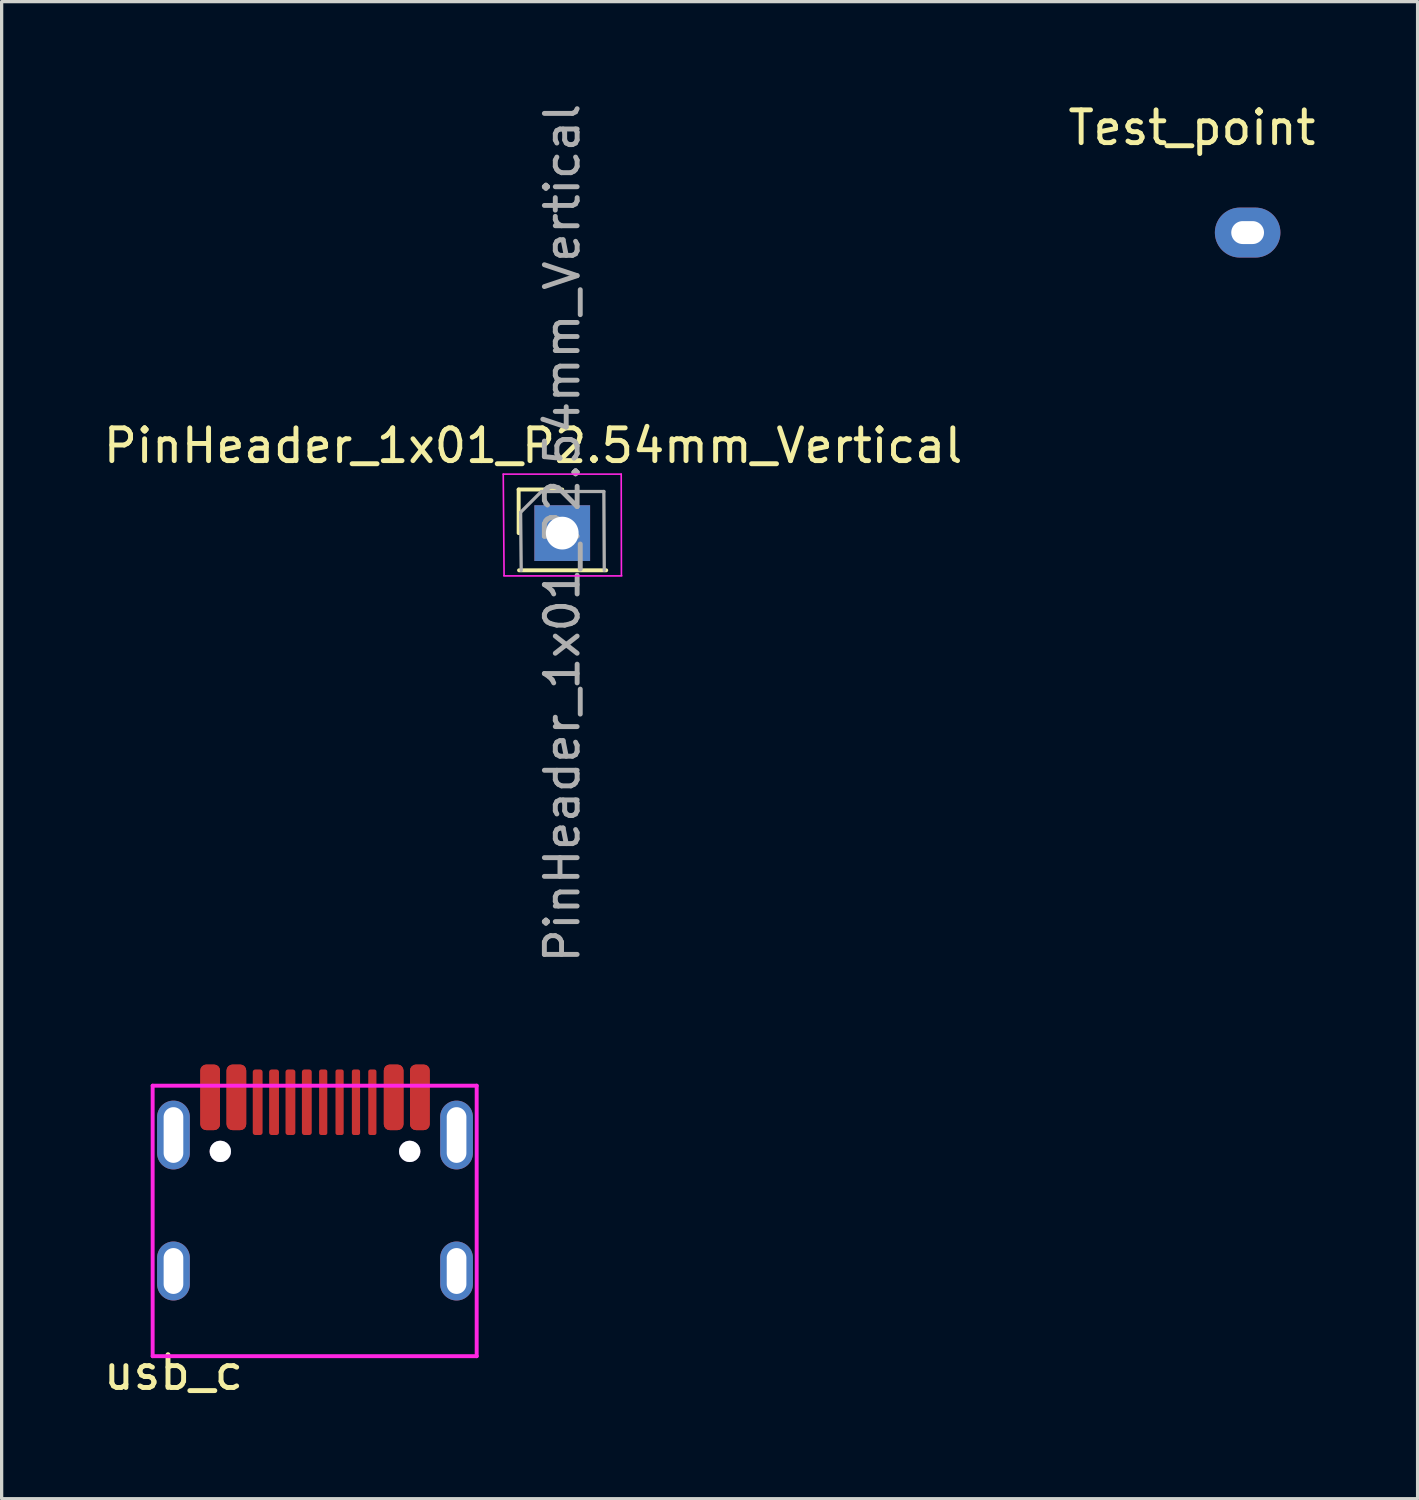
<source format=kicad_pcb>
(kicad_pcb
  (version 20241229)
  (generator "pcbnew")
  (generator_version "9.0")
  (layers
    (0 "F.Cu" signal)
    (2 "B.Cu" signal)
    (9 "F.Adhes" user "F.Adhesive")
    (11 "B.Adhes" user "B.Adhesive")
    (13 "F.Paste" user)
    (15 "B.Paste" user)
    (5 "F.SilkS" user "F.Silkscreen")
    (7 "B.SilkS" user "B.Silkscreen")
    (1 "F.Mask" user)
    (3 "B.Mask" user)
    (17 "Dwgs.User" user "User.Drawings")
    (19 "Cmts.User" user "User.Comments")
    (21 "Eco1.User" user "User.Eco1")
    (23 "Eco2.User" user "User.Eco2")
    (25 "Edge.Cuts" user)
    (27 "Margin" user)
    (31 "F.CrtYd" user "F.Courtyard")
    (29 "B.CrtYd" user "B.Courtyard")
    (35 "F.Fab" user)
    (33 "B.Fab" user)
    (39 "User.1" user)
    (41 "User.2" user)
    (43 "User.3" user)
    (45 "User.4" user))
  (footprint "Test_point"
    (layer "F.Cu")
    (at 35.027 4.048)
    (property "Reference" "Test_point" (at -1.7 -3.2 0) (layer "F.SilkS") (effects (font (size 1 1) (thickness 0.15))))
    (attr through_hole)
    (pad "1" thru_hole oval (at 0 0) (size 2 1.524) (drill oval 1 0.7) (layers "*.Cu" "*.Mask")))
  (footprint "usb_c"
    (layer "F.Cu")
    (at 2.244 38.34)
    (property "Reference" "usb_c" (at 0 0.5 0) (layer "F.SilkS") (effects (font (size 1 1) (thickness 0.15))))
    (attr through_hole)
    (fp_line (start -0.635 -8.255) (end 9.254 -8.255) (stroke (width 0.12) (type solid)) (layer "F.CrtYd"))
    (fp_line (start -0.635 0) (end -0.635 -8.255) (stroke (width 0.12) (type solid)) (layer "F.CrtYd"))
    (fp_line (start 9.254 -8.255) (end 9.254 0) (stroke (width 0.12) (type solid)) (layer "F.CrtYd"))
    (fp_line (start 9.254 0) (end -0.635 0) (stroke (width 0.12) (type solid)) (layer "F.CrtYd"))
    (pad "" thru_hole circle (at 1.43 -6.25) (size 0.65 0.65) (drill 0.65) (layers "*.Cu"))
    (pad "" thru_hole circle (at 7.21 -6.25) (size 0.65 0.65) (drill 0.65) (layers "*.Cu"))
    (pad "A1" smd roundrect (at 1.12 -6.9) (size 0.6 2) (drill oval (offset 0 -1)) (layers "F.Cu" "F.Mask" "F.Paste") (roundrect_rratio 0.3))
    (pad "A4" smd roundrect (at 1.92 -6.9) (size 0.6 2) (drill oval (offset 0 -1)) (layers "F.Cu" "F.Mask" "F.Paste") (roundrect_rratio 0.3))
    (pad "A5" smd roundrect (at 3.07 -6.75) (size 0.3 2) (drill oval (offset 0 -1)) (layers "F.Cu" "F.Mask" "F.Paste") (roundrect_rratio 0.25))
    (pad "A6" smd roundrect (at 4.07 -6.75) (size 0.3 2) (drill oval (offset 0 -1)) (layers "F.Cu" "F.Mask" "F.Paste") (roundrect_rratio 0.25))
    (pad "A7" smd roundrect (at 4.57 -6.75) (size 0.25 2) (drill oval (offset 0 -1)) (layers "F.Cu" "F.Mask" "F.Paste") (roundrect_rratio 0.25))
    (pad "A8" smd roundrect (at 2.57 -6.75) (size 0.3 2) (drill oval (offset 0 -1)) (layers "F.Cu" "F.Mask" "F.Paste") (roundrect_rratio 0.25))
    (pad "A9" smd roundrect (at 6.72 -6.9) (size 0.6 2) (drill oval (offset 0 -1)) (layers "F.Cu" "F.Mask" "F.Paste") (roundrect_rratio 0.3))
    (pad "A12" smd roundrect (at 7.52 -6.9) (size 0.6 2) (drill oval (offset 0 -1)) (layers "F.Cu" "F.Mask" "F.Paste") (roundrect_rratio 0.3))
    (pad "B1" smd roundrect (at 7.52 -6.9) (size 0.6 2) (drill oval (offset 0 -1)) (layers "F.Cu" "F.Mask" "F.Paste") (roundrect_rratio 0.3))
    (pad "B4" smd roundrect (at 6.72 -6.9) (size 0.6 2) (drill oval (offset 0 -1)) (layers "F.Cu" "F.Mask" "F.Paste") (roundrect_rratio 0.3))
    (pad "B5" smd roundrect (at 6.07 -6.75) (size 0.25 2) (drill oval (offset 0 -1)) (layers "F.Cu" "F.Mask" "F.Paste") (roundrect_rratio 0.25))
    (pad "B6" smd roundrect (at 5.07 -6.75) (size 0.25 2) (drill oval (offset 0 -1)) (layers "F.Cu" "F.Mask" "F.Paste") (roundrect_rratio 0.25))
    (pad "B7" smd roundrect (at 3.57 -6.75) (size 0.3 2) (drill oval (offset 0 -1)) (layers "F.Cu" "F.Mask" "F.Paste") (roundrect_rratio 0.25))
    (pad "B8" smd roundrect (at 5.57 -6.75) (size 0.25 2) (drill oval (offset 0 -1)) (layers "F.Cu" "F.Mask" "F.Paste") (roundrect_rratio 0.25))
    (pad "B9" smd roundrect (at 1.92 -6.9) (size 0.6 2) (drill oval (offset 0 -1)) (layers "F.Cu" "F.Mask" "F.Paste") (roundrect_rratio 0.3))
    (pad "B12" smd roundrect (at 1.12 -6.9) (size 0.6 2) (drill oval (offset 0 -1)) (layers "F.Cu" "F.Mask" "F.Paste") (roundrect_rratio 0.3))
    (pad "S1" thru_hole oval (at 0 -6.75) (size 1 2.1) (drill oval 0.6 1.7) (layers "*.Cu" "*.Mask"))
    (pad "S1" thru_hole oval (at 0 -2.6) (size 1 1.8) (drill oval 0.6 1.4) (layers "*.Cu" "*.Mask"))
    (pad "S1" thru_hole oval (at 8.64 -6.75) (size 1 2.1) (drill oval 0.6 1.7) (layers "*.Cu" "*.Mask"))
    (pad "S1" thru_hole oval (at 8.64 -2.6) (size 1 1.8) (drill oval 0.6 1.4) (layers "*.Cu" "*.Mask")))
  (footprint "PinHeader_1x01_P2.54mm_Vertical"
    (layer "F.Cu")
    (at 14.109 13.22)
    (property "Reference" "PinHeader_1x01_P2.54mm_Vertical" (at -0.889 -2.667 0) (layer "F.SilkS") (effects (font (size 1 1) (thickness 0.15))))
    (attr through_hole)
    (fp_line (start -1.33 -1.33) (end 0 -1.33) (stroke (width 0.12) (type solid)) (layer "F.SilkS"))
    (fp_line (start -1.33 0) (end -1.33 -1.33) (stroke (width 0.12) (type solid)) (layer "F.SilkS"))
    (fp_line (start -1.318 1.135) (end 1.342 1.135) (stroke (width 0.12) (type solid)) (layer "F.SilkS"))
    (fp_line (start -1.8 -1.8) (end -1.775 1.288) (stroke (width 0.05) (type solid)) (layer "F.CrtYd"))
    (fp_line (start -1.783 1.306) (end 1.817 1.306) (stroke (width 0.05) (type solid)) (layer "F.CrtYd"))
    (fp_line (start 1.8 -1.8) (end -1.8 -1.8) (stroke (width 0.05) (type solid)) (layer "F.CrtYd"))
    (fp_line (start 1.806 1.288) (end 1.8 -1.8) (stroke (width 0.05) (type solid)) (layer "F.CrtYd"))
    (fp_line (start -1.27 -0.635) (end -0.635 -1.27) (stroke (width 0.1) (type solid)) (layer "F.Fab"))
    (fp_line (start -1.252 1.14) (end -1.27 -0.635) (stroke (width 0.1) (type solid)) (layer "F.Fab"))
    (fp_line (start -0.635 -1.27) (end 1.27 -1.27) (stroke (width 0.1) (type solid)) (layer "F.Fab"))
    (fp_line (start 1.27 -1.27) (end 1.283 1.14) (stroke (width 0.1) (type solid)) (layer "F.Fab"))
    (fp_text user "${REFERENCE}" (at 0 0 90) (layer "F.Fab") (effects (font (size 1 1) (thickness 0.15))))
    (pad "1" thru_hole rect (at 0 0) (size 1.7 1.7) (drill 1) (layers "*.Cu" "*.Mask")))
  (gr_rect
    (start -3 -3)
    (end 40.214 42.689)
    (stroke (width 0.1) (type default))
    (fill no)
    (layer "Edge.Cuts")))
</source>
